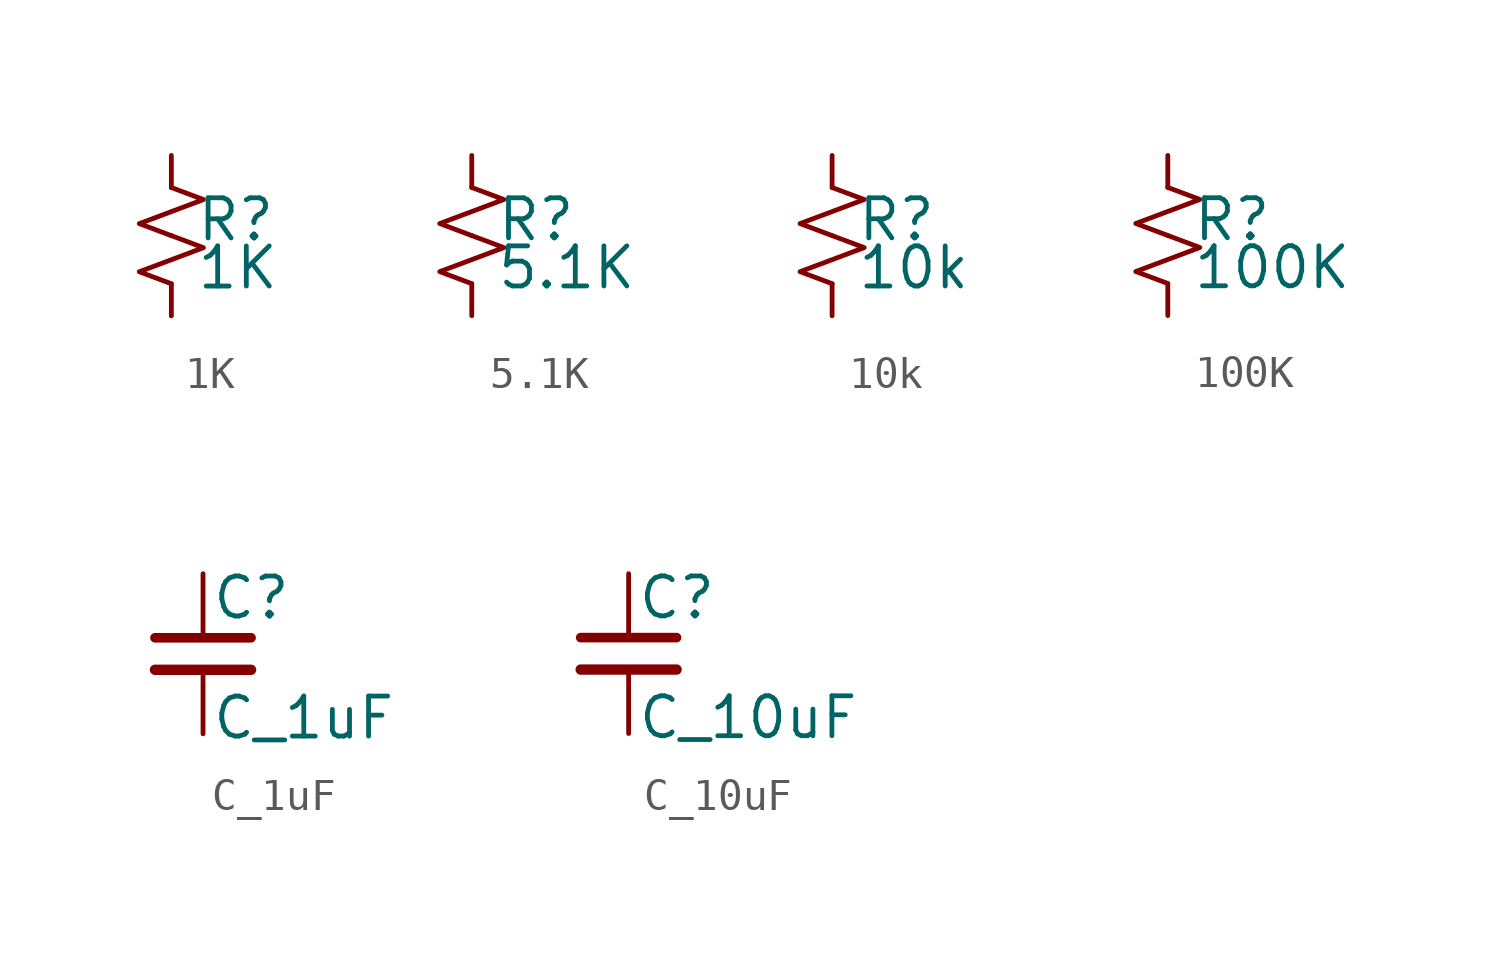
<source format=kicad_sym>
(kicad_symbol_lib
  (version 20211014)
  (generator kicad_symbol_editor)
  (symbol "1K"
    (pin_numbers hide)
    (pin_names
      (offset 0.254) hide)
    (property "Reference" "R"
      (at 0.762 0.508 0)
      (effects (font (size 1.27 1.27)) (justify left)))
    (property "Value" "1K"
      (at 0.762 -1.016 0)
      (effects (font (size 1.27 1.27)) (justify left)))
    (symbol "1K_1_1"
      (polyline (pts (xy 0 0) (xy 1.016 -0.381) (xy 0 -0.762) (xy -1.016 -1.143) (xy 0 -1.524)) (stroke (width 0) (type default) (color 0 0 0 0)) (fill (type none)))
      (polyline (pts (xy 0 1.524) (xy 1.016 1.143) (xy 0 0.762) (xy -1.016 0.381) (xy 0 0)) (stroke (width 0) (type default) (color 0 0 0 0)) (fill (type none)))
      (pin passive line (at 0 2.54 270) (length 1.016) (name "~" (effects (font (size 1.27 1.27)))) (number "1" (effects (font (size 1.27 1.27)))))
      (pin passive line (at 0 -2.54 90) (length 1.016) (name "~" (effects (font (size 1.27 1.27)))) (number "2" (effects (font (size 1.27 1.27)))))))
  (symbol "5.1K"
    (pin_numbers hide)
    (pin_names
      (offset 0.254) hide)
    (property "Reference" "R"
      (at 0.762 0.508 0)
      (effects (font (size 1.27 1.27)) (justify left)))
    (property "Value" "5.1K"
      (at 0.762 -1.016 0)
      (effects (font (size 1.27 1.27)) (justify left)))
    (symbol "5.1K_1_1"
      (polyline (pts (xy 0 0) (xy 1.016 -0.381) (xy 0 -0.762) (xy -1.016 -1.143) (xy 0 -1.524)) (stroke (width 0) (type default) (color 0 0 0 0)) (fill (type none)))
      (polyline (pts (xy 0 1.524) (xy 1.016 1.143) (xy 0 0.762) (xy -1.016 0.381) (xy 0 0)) (stroke (width 0) (type default) (color 0 0 0 0)) (fill (type none)))
      (pin passive line (at 0 2.54 270) (length 1.016) (name "~" (effects (font (size 1.27 1.27)))) (number "1" (effects (font (size 1.27 1.27)))))
      (pin passive line (at 0 -2.54 90) (length 1.016) (name "~" (effects (font (size 1.27 1.27)))) (number "2" (effects (font (size 1.27 1.27)))))))
  (symbol "10k"
    (pin_numbers hide)
    (pin_names
      (offset 0.254) hide)
    (property "Reference" "R"
      (at 0.762 0.508 0)
      (effects (font (size 1.27 1.27)) (justify left)))
    (property "Value" "10k"
      (at 0.762 -1.016 0)
      (effects (font (size 1.27 1.27)) (justify left)))
    (symbol "10k_1_1"
      (polyline (pts (xy 0 0) (xy 1.016 -0.381) (xy 0 -0.762) (xy -1.016 -1.143) (xy 0 -1.524)) (stroke (width 0) (type default) (color 0 0 0 0)) (fill (type none)))
      (polyline (pts (xy 0 1.524) (xy 1.016 1.143) (xy 0 0.762) (xy -1.016 0.381) (xy 0 0)) (stroke (width 0) (type default) (color 0 0 0 0)) (fill (type none)))
      (pin passive line (at 0 2.54 270) (length 1.016) (name "~" (effects (font (size 1.27 1.27)))) (number "1" (effects (font (size 1.27 1.27)))))
      (pin passive line (at 0 -2.54 90) (length 1.016) (name "~" (effects (font (size 1.27 1.27)))) (number "2" (effects (font (size 1.27 1.27)))))))
  (symbol "100K"
    (pin_numbers hide)
    (pin_names
      (offset 0.254) hide)
    (property "Reference" "R"
      (at 0.762 0.508 0)
      (effects (font (size 1.27 1.27)) (justify left)))
    (property "Value" "100K"
      (at 0.762 -1.016 0)
      (effects (font (size 1.27 1.27)) (justify left)))
    (symbol "100K_1_1"
      (polyline (pts (xy 0 0) (xy 1.016 -0.381) (xy 0 -0.762) (xy -1.016 -1.143) (xy 0 -1.524)) (stroke (width 0) (type default) (color 0 0 0 0)) (fill (type none)))
      (polyline (pts (xy 0 1.524) (xy 1.016 1.143) (xy 0 0.762) (xy -1.016 0.381) (xy 0 0)) (stroke (width 0) (type default) (color 0 0 0 0)) (fill (type none)))
      (pin passive line (at 0 2.54 270) (length 1.016) (name "~" (effects (font (size 1.27 1.27)))) (number "1" (effects (font (size 1.27 1.27)))))
      (pin passive line (at 0 -2.54 90) (length 1.016) (name "~" (effects (font (size 1.27 1.27)))) (number "2" (effects (font (size 1.27 1.27)))))))
  (symbol "C_1uF"
    (pin_numbers hide)
    (pin_names
      (offset 0.254) hide)
    (property "Reference" "C"
      (at 0.254 1.778 0)
      (effects (font (size 1.27 1.27)) (justify left)))
    (property "Value" "C_1uF"
      (at 0.254 -2.032 0)
      (effects (font (size 1.27 1.27)) (justify left)))
    (symbol "C_1uF_0_1"
      (polyline (pts (xy -1.524 -0.508) (xy 1.524 -0.508)) (stroke (width 0.33) (type default) (color 0 0 0 0)) (fill (type none)))
      (polyline (pts (xy -1.524 0.508) (xy 1.524 0.508)) (stroke (width 0.305) (type default) (color 0 0 0 0)) (fill (type none))))
    (symbol "C_1uF_1_1"
      (pin passive line (at 0 2.54 270) (length 2.032) (name "~" (effects (font (size 1.27 1.27)))) (number "1" (effects (font (size 1.27 1.27)))))
      (pin passive line (at 0 -2.54 90) (length 2.032) (name "~" (effects (font (size 1.27 1.27)))) (number "2" (effects (font (size 1.27 1.27)))))))
  (symbol "C_10uF"
    (pin_numbers hide)
    (pin_names
      (offset 0.254) hide)
    (property "Reference" "C"
      (at 0.254 1.778 0)
      (effects (font (size 1.27 1.27)) (justify left)))
    (property "Value" "C_10uF"
      (at 0.254 -2.032 0)
      (effects (font (size 1.27 1.27)) (justify left)))
    (symbol "C_10uF_0_1"
      (polyline (pts (xy -1.524 -0.508) (xy 1.524 -0.508)) (stroke (width 0.33) (type default) (color 0 0 0 0)) (fill (type none)))
      (polyline (pts (xy -1.524 0.508) (xy 1.524 0.508)) (stroke (width 0.305) (type default) (color 0 0 0 0)) (fill (type none))))
    (symbol "C_10uF_1_1"
      (pin passive line (at 0 2.54 270) (length 2.032) (name "~" (effects (font (size 1.27 1.27)))) (number "1" (effects (font (size 1.27 1.27)))))
      (pin passive line (at 0 -2.54 90) (length 2.032) (name "~" (effects (font (size 1.27 1.27)))) (number "2" (effects (font (size 1.27 1.27))))))))
</source>
